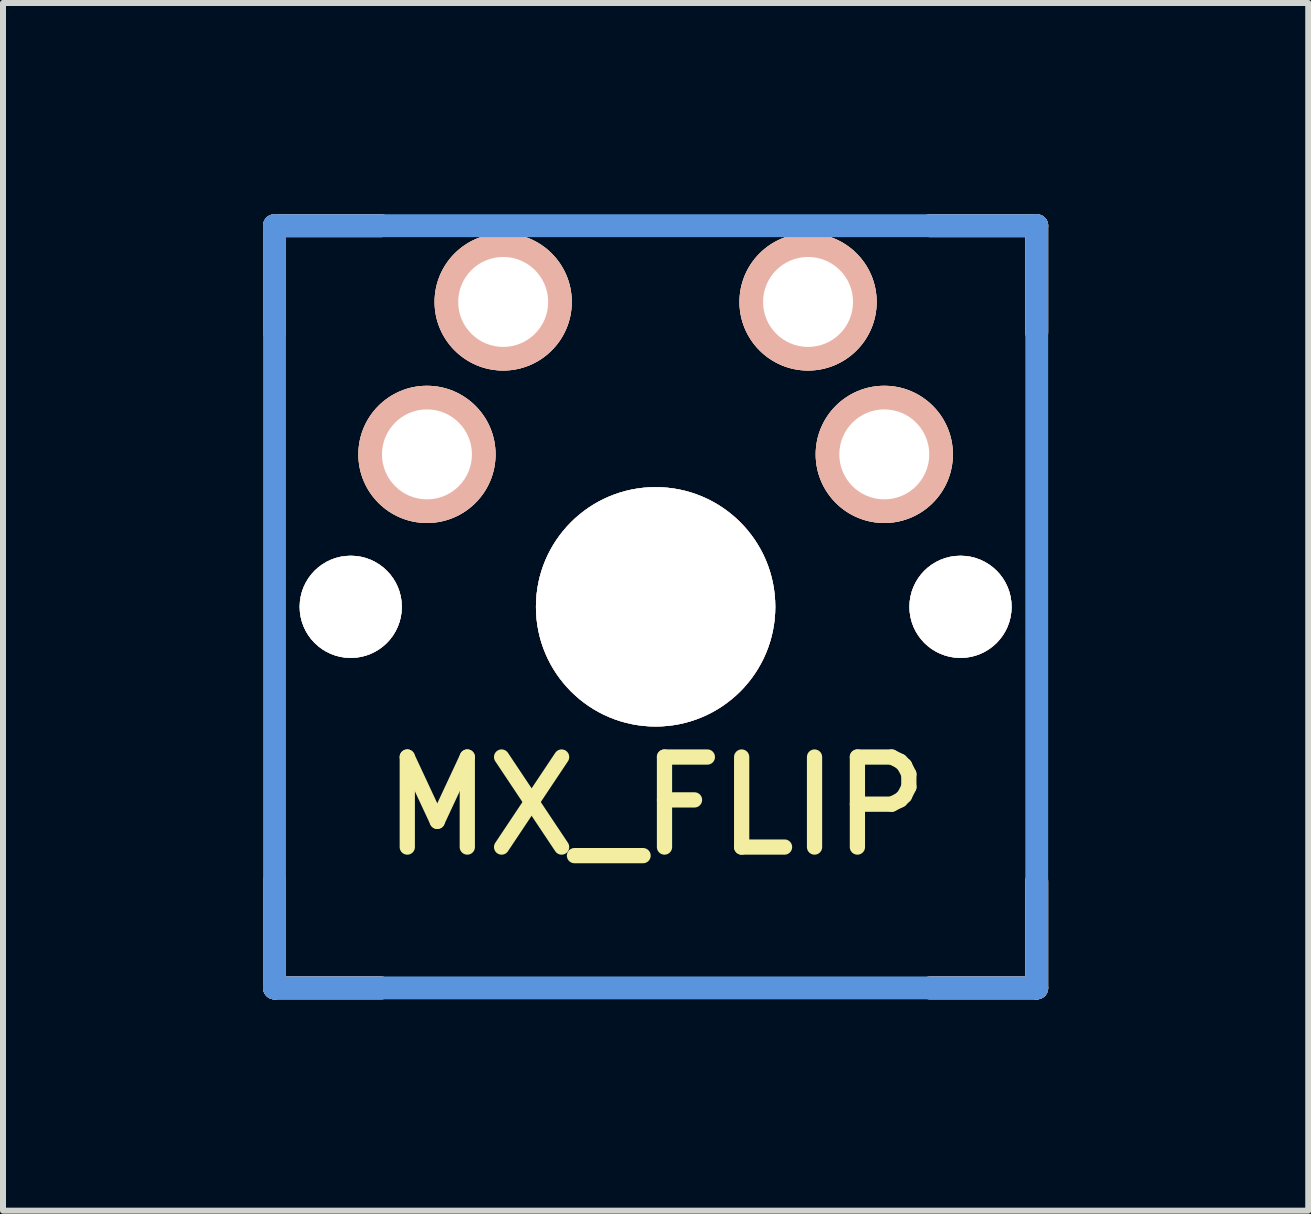
<source format=kicad_pcb>
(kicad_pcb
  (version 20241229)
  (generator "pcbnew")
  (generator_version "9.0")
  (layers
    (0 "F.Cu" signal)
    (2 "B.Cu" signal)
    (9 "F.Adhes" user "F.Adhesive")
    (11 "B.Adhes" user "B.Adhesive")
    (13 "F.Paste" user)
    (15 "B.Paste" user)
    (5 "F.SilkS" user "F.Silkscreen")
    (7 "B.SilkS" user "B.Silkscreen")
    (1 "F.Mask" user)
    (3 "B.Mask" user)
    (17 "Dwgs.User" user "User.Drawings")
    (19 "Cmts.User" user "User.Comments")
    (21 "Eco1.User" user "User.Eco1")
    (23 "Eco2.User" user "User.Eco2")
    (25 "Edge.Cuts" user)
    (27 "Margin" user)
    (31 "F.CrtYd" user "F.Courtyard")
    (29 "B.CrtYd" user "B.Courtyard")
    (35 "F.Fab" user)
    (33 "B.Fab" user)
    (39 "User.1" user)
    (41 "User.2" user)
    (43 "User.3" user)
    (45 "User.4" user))
  (footprint "MX_FLIP"
    (layer "F.Cu")
    (at 7.874 7.061)
    (property "Reference" "MX_FLIP" (at 0.005 3.322 0) (layer "F.SilkS") (effects (font (size 1.5 1.5) (thickness 0.254))))
    (attr through_hole)
    (fp_line (start -6.35 -6.35) (end -4.572 -6.35) (stroke (width 0.381) (type solid)) (layer "F.SilkS"))
    (fp_line (start -6.35 -4.572) (end -6.35 -6.35) (stroke (width 0.381) (type solid)) (layer "F.SilkS"))
    (fp_line (start -6.35 6.35) (end -6.35 4.572) (stroke (width 0.381) (type solid)) (layer "F.SilkS"))
    (fp_line (start -4.572 6.35) (end -6.35 6.35) (stroke (width 0.381) (type solid)) (layer "F.SilkS"))
    (fp_line (start 4.572 -6.35) (end 6.35 -6.35) (stroke (width 0.381) (type solid)) (layer "F.SilkS"))
    (fp_line (start 6.35 -6.35) (end 6.35 -4.572) (stroke (width 0.381) (type solid)) (layer "F.SilkS"))
    (fp_line (start 6.35 4.572) (end 6.35 6.35) (stroke (width 0.381) (type solid)) (layer "F.SilkS"))
    (fp_line (start 6.35 6.35) (end 4.572 6.35) (stroke (width 0.381) (type solid)) (layer "F.SilkS"))
    (fp_line (start -6.35 -6.35) (end -4.572 -6.35) (stroke (width 0.381) (type solid)) (layer "B.SilkS"))
    (fp_line (start -6.35 -4.572) (end -6.35 -6.35) (stroke (width 0.381) (type solid)) (layer "B.SilkS"))
    (fp_line (start -6.35 6.35) (end -6.35 4.572) (stroke (width 0.381) (type solid)) (layer "B.SilkS"))
    (fp_line (start -4.572 6.35) (end -6.35 6.35) (stroke (width 0.381) (type solid)) (layer "B.SilkS"))
    (fp_line (start 4.572 -6.35) (end 6.35 -6.35) (stroke (width 0.381) (type solid)) (layer "B.SilkS"))
    (fp_line (start 6.35 -6.35) (end 6.35 -4.572) (stroke (width 0.381) (type solid)) (layer "B.SilkS"))
    (fp_line (start 6.35 4.572) (end 6.35 6.35) (stroke (width 0.381) (type solid)) (layer "B.SilkS"))
    (fp_line (start 6.35 6.35) (end 4.572 6.35) (stroke (width 0.381) (type solid)) (layer "B.SilkS"))
    (fp_line (start -6.35 -6.35) (end 6.35 -6.35) (stroke (width 0.381) (type solid)) (layer "Cmts.User"))
    (fp_line (start -6.35 6.35) (end -6.35 -6.35) (stroke (width 0.381) (type solid)) (layer "Cmts.User"))
    (fp_line (start 6.35 -6.35) (end 6.35 6.35) (stroke (width 0.381) (type solid)) (layer "Cmts.User"))
    (fp_line (start 6.35 6.35) (end -6.35 6.35) (stroke (width 0.381) (type solid)) (layer "Cmts.User"))
    (fp_line (start -7.798 -6.005) (end -6.985 -6.005) (stroke (width 0.152) (type solid)) (layer "Eco2.User"))
    (fp_line (start -7.798 -2.504) (end -7.798 -6.005) (stroke (width 0.152) (type solid)) (layer "Eco2.User"))
    (fp_line (start -7.798 2.504) (end -6.985 2.504) (stroke (width 0.152) (type solid)) (layer "Eco2.User"))
    (fp_line (start -7.798 6.005) (end -7.798 2.504) (stroke (width 0.152) (type solid)) (layer "Eco2.User"))
    (fp_line (start -6.985 -6.985) (end 6.985 -6.985) (stroke (width 0.152) (type solid)) (layer "Eco2.User"))
    (fp_line (start -6.985 -6.005) (end -6.985 -6.985) (stroke (width 0.152) (type solid)) (layer "Eco2.User"))
    (fp_line (start -6.985 -2.504) (end -7.798 -2.504) (stroke (width 0.152) (type solid)) (layer "Eco2.User"))
    (fp_line (start -6.985 2.504) (end -6.985 -2.504) (stroke (width 0.152) (type solid)) (layer "Eco2.User"))
    (fp_line (start -6.985 6.005) (end -7.798 6.005) (stroke (width 0.152) (type solid)) (layer "Eco2.User"))
    (fp_line (start -6.985 6.985) (end -6.985 6.005) (stroke (width 0.152) (type solid)) (layer "Eco2.User"))
    (fp_line (start 6.985 -6.985) (end 6.985 -6.005) (stroke (width 0.152) (type solid)) (layer "Eco2.User"))
    (fp_line (start 6.985 -6.005) (end 7.798 -6.005) (stroke (width 0.152) (type solid)) (layer "Eco2.User"))
    (fp_line (start 6.985 -2.504) (end 6.985 2.504) (stroke (width 0.152) (type solid)) (layer "Eco2.User"))
    (fp_line (start 6.985 2.504) (end 7.798 2.504) (stroke (width 0.152) (type solid)) (layer "Eco2.User"))
    (fp_line (start 6.985 6.005) (end 6.985 6.985) (stroke (width 0.152) (type solid)) (layer "Eco2.User"))
    (fp_line (start 6.985 6.985) (end -6.985 6.985) (stroke (width 0.152) (type solid)) (layer "Eco2.User"))
    (fp_line (start 7.798 -6.005) (end 7.798 -2.504) (stroke (width 0.152) (type solid)) (layer "Eco2.User"))
    (fp_line (start 7.798 -2.504) (end 6.985 -2.504) (stroke (width 0.152) (type solid)) (layer "Eco2.User"))
    (fp_line (start 7.798 2.504) (end 7.798 6.005) (stroke (width 0.152) (type solid)) (layer "Eco2.User"))
    (fp_line (start 7.798 6.005) (end 6.985 6.005) (stroke (width 0.152) (type solid)) (layer "Eco2.User"))
    (pad "" thru_hole circle (at -5.08 0) (size 1.702 1.702) (drill 1.702) (layers "*.Cu" "*.SilkS" "*.Mask"))
    (pad "" thru_hole circle (at 0 0) (size 3.988 3.988) (drill 3.988) (layers "*.Cu" "*.SilkS" "*.Mask"))
    (pad "" thru_hole circle (at 5.08 0) (size 1.702 1.702) (drill 1.702) (layers "*.Cu" "*.SilkS" "*.Mask"))
    (pad "1" thru_hole circle (at 2.54 -5.08) (size 2.286 2.286) (drill 1.499) (layers "*.Cu" "*.SilkS" "*.Mask"))
    (pad "1" thru_hole circle (at 3.81 -2.54) (size 2.286 2.286) (drill 1.499) (layers "*.Cu" "*.SilkS" "*.Mask"))
    (pad "2" thru_hole circle (at -3.81 -2.54) (size 2.286 2.286) (drill 1.499) (layers "*.Cu" "*.SilkS" "*.Mask"))
    (pad "2" thru_hole circle (at -2.54 -5.08) (size 2.286 2.286) (drill 1.499) (layers "*.Cu" "*.SilkS" "*.Mask")))
  (gr_rect
    (start -3 -3)
    (end 18.748 17.122)
    (stroke (width 0.1) (type default))
    (fill no)
    (layer "Edge.Cuts")))
</source>
